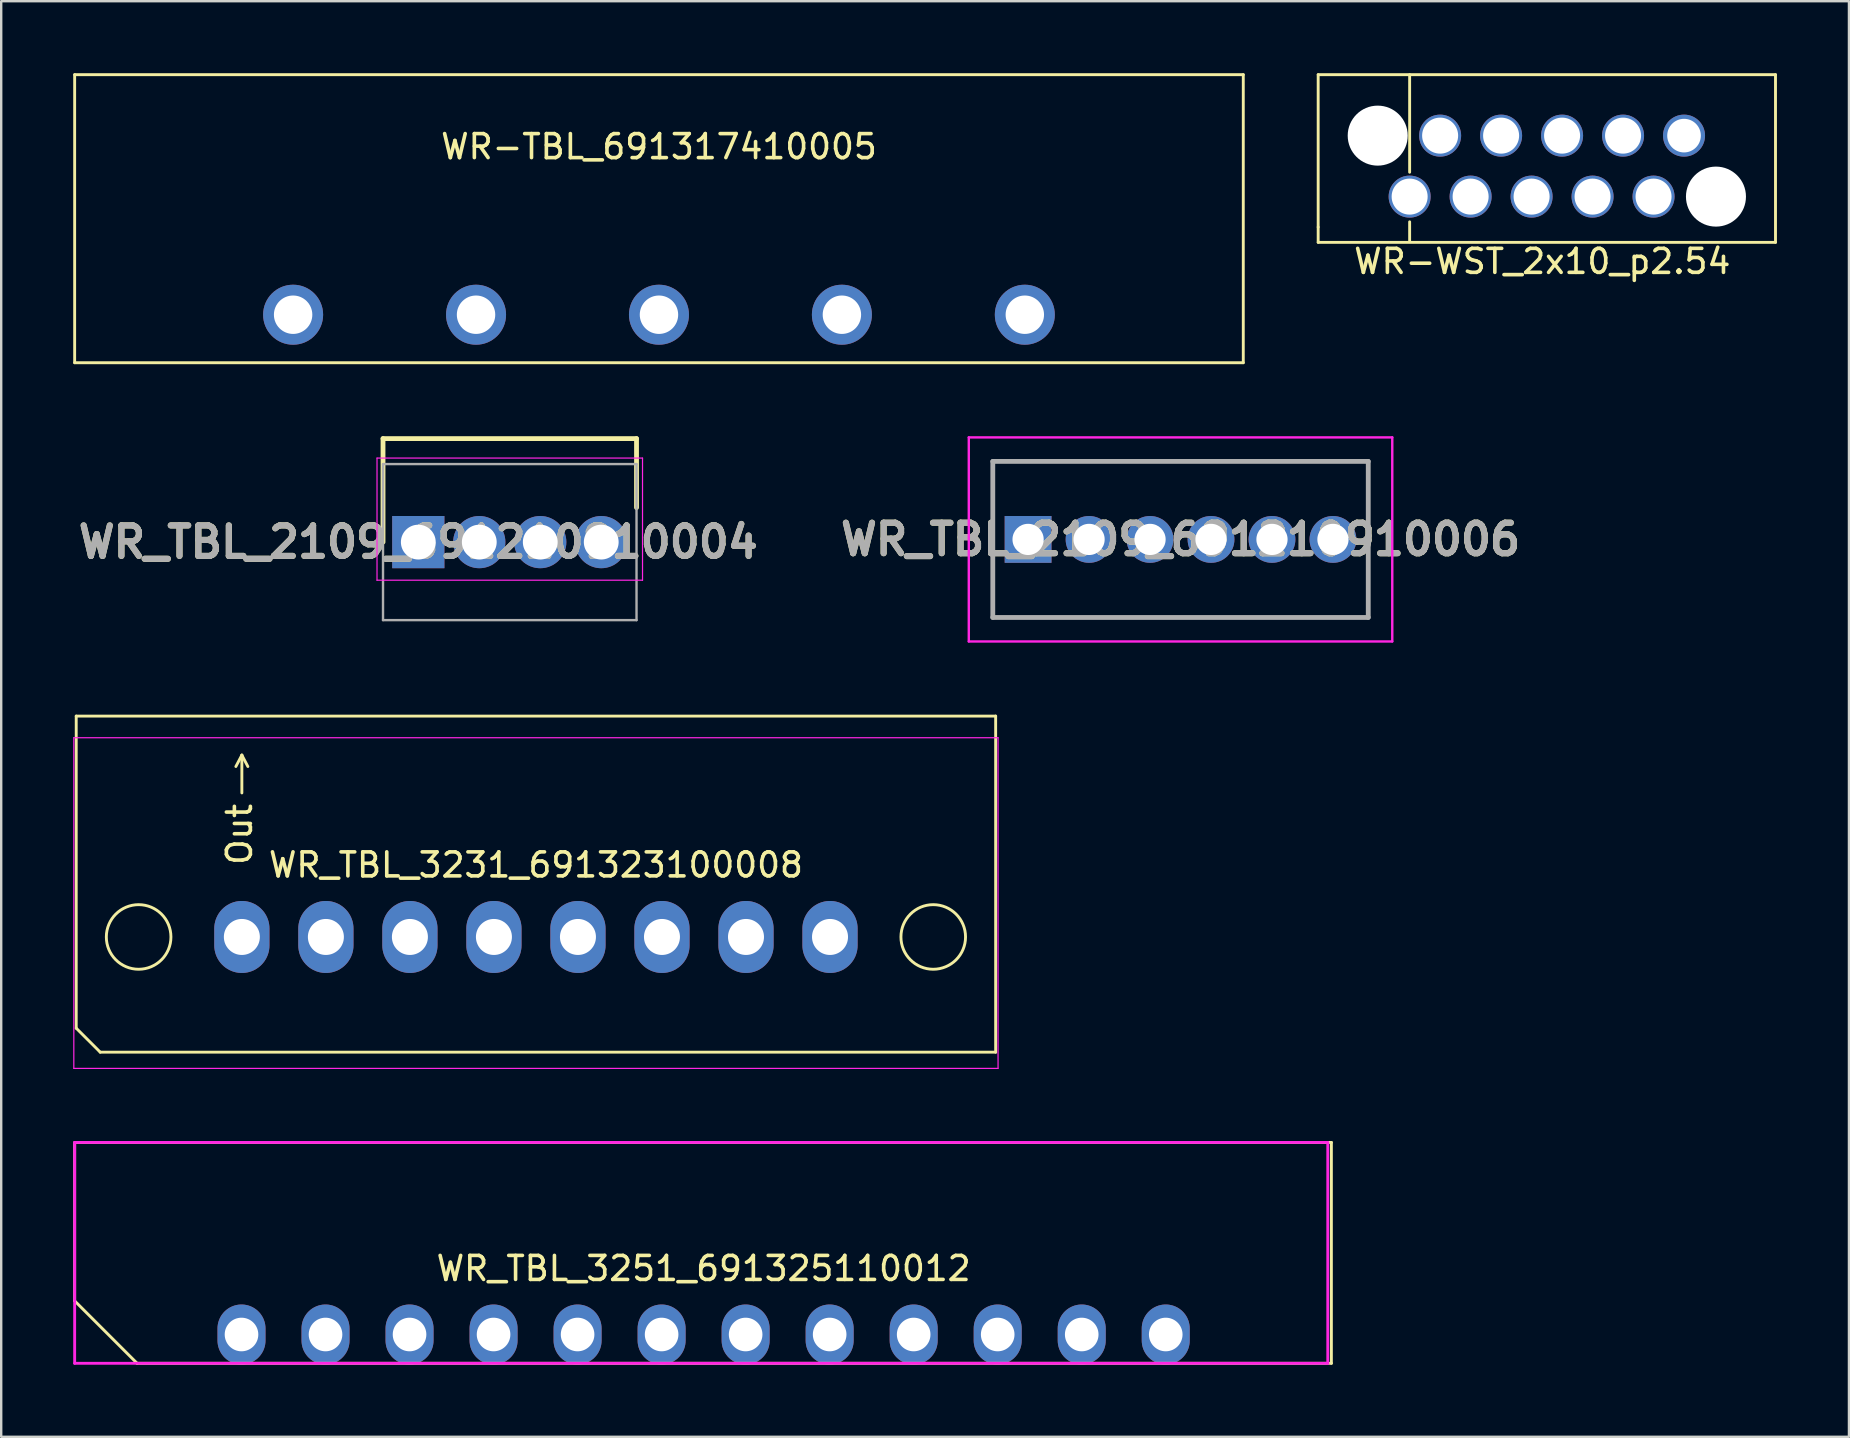
<source format=kicad_pcb>
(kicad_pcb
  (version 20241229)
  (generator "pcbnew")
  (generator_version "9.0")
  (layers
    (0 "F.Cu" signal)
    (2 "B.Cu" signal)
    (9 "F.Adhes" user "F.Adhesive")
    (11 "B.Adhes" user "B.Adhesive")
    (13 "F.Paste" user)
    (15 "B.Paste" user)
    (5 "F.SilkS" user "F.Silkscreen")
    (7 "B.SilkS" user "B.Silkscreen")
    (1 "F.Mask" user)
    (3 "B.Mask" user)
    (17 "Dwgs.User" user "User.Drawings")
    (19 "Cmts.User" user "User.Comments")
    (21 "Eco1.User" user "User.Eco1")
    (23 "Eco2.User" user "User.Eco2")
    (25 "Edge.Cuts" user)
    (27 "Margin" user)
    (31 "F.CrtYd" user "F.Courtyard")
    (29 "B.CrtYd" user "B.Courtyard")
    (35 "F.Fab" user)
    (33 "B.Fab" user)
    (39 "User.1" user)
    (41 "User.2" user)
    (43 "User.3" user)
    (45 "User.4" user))
  (footprint "WR-WST_2x10_p2.54"
    (layer "F.Cu")
    (at 55.67 5.14)
    (property "Reference" "WR-WST_2x10_p2.54" (at 5.525 2.7 0) (layer "F.SilkS") (effects (font (size 1 1) (thickness 0.15))))
    (attr through_hole)
    (fp_line (start -3.81 -5.08) (end -3.81 1.27) (stroke (width 0.12) (type solid)) (layer "F.SilkS"))
    (fp_line (start -3.81 1.27) (end -3.81 1.905) (stroke (width 0.12) (type solid)) (layer "F.SilkS"))
    (fp_line (start -3.81 1.905) (end 15.24 1.905) (stroke (width 0.12) (type solid)) (layer "F.SilkS"))
    (fp_line (start 0 -1.016) (end 0 -5.08) (stroke (width 0.12) (type solid)) (layer "F.SilkS"))
    (fp_line (start 0 1.875) (end 0 1.05) (stroke (width 0.12) (type solid)) (layer "F.SilkS"))
    (fp_line (start 15.24 -5.08) (end -3.81 -5.08) (stroke (width 0.12) (type solid)) (layer "F.SilkS"))
    (fp_line (start 15.24 1.905) (end 15.24 -5.08) (stroke (width 0.12) (type solid)) (layer "F.SilkS"))
    (pad "" np_thru_hole circle (at -1.33 -2.54) (size 2.5 2.5) (drill 2.5) (layers "*.Cu" "*.Mask"))
    (pad "" np_thru_hole circle (at 12.76 0) (size 2.5 2.5) (drill 2.5) (layers "*.Cu" "*.Mask"))
    (pad "1" thru_hole circle (at 0 0) (size 1.75 1.75) (drill 1.5) (layers "*.Cu" "*.Mask"))
    (pad "2" thru_hole circle (at 1.27 -2.54) (size 1.75 1.75) (drill 1.5) (layers "*.Cu" "*.Mask"))
    (pad "3" thru_hole circle (at 2.54 0) (size 1.75 1.75) (drill 1.5) (layers "*.Cu" "*.Mask"))
    (pad "4" thru_hole circle (at 3.81 -2.54) (size 1.75 1.75) (drill 1.5) (layers "*.Cu" "*.Mask"))
    (pad "5" thru_hole circle (at 5.08 0) (size 1.75 1.75) (drill 1.5) (layers "*.Cu" "*.Mask"))
    (pad "6" thru_hole circle (at 6.35 -2.54) (size 1.75 1.75) (drill 1.5) (layers "*.Cu" "*.Mask"))
    (pad "7" thru_hole circle (at 7.62 0) (size 1.75 1.75) (drill 1.5) (layers "*.Cu" "*.Mask"))
    (pad "8" thru_hole circle (at 8.89 -2.54) (size 1.75 1.75) (drill 1.5) (layers "*.Cu" "*.Mask"))
    (pad "9" thru_hole circle (at 10.16 0) (size 1.75 1.75) (drill 1.5) (layers "*.Cu" "*.Mask"))
    (pad "10" thru_hole circle (at 11.43 -2.54) (size 1.75 1.75) (drill 1.4) (layers "*.Cu" "*.Mask")))
  (footprint "WR-TBL_691317410005"
    (layer "F.Cu")
    (at 24.4 10.06)
    (property "Reference" "WR-TBL_691317410005" (at 0 -7 0) (layer "F.SilkS") (effects (font (size 1 1) (thickness 0.15))))
    (attr through_hole)
    (fp_line (start -24.34 -10) (end 24.34 -10) (stroke (width 0.12) (type solid)) (layer "F.SilkS"))
    (fp_line (start -24.34 2) (end -24.34 -10) (stroke (width 0.12) (type solid)) (layer "F.SilkS"))
    (fp_line (start -24.34 2) (end 24.34 2) (stroke (width 0.12) (type solid)) (layer "F.SilkS"))
    (fp_line (start 24.34 -10) (end 24.34 2) (stroke (width 0.12) (type solid)) (layer "F.SilkS"))
    (pad "1" thru_hole circle (at -15.24 0) (size 2.5 2.5) (drill 1.6) (layers "*.Cu" "*.Mask"))
    (pad "2" thru_hole circle (at -7.62 0) (size 2.5 2.5) (drill 1.6) (layers "*.Cu" "*.Mask"))
    (pad "3" thru_hole circle (at 0 0) (size 2.5 2.5) (drill 1.6) (layers "*.Cu" "*.Mask"))
    (pad "4" thru_hole circle (at 7.62 0) (size 2.5 2.5) (drill 1.6) (layers "*.Cu" "*.Mask"))
    (pad "5" thru_hole circle (at 15.24 0) (size 2.5 2.5) (drill 1.6) (layers "*.Cu" "*.Mask")))
  (footprint "WR_TBL_3251_691325110012"
    (layer "F.Cu")
    (at 26.26 52.54)
    (property "Reference" "WR_TBL_3251_691325110012" (at 0 -2.75 0) (layer "F.SilkS") (effects (font (size 1 1) (thickness 0.15))))
    (attr through_hole)
    (fp_line (start -26.2 -1.4) (end -26.2 -8) (stroke (width 0.12) (type solid)) (layer "F.SilkS"))
    (fp_line (start -26.15 -8) (end 26.15 -8) (stroke (width 0.12) (type solid)) (layer "F.SilkS"))
    (fp_line (start -23.6 1.2) (end -26.2 -1.4) (stroke (width 0.12) (type solid)) (layer "F.SilkS"))
    (fp_line (start 26.15 -8) (end 26.15 1.2) (stroke (width 0.12) (type solid)) (layer "F.SilkS"))
    (fp_line (start 26.15 1.2) (end -23.6 1.2) (stroke (width 0.12) (type solid)) (layer "F.SilkS"))
    (fp_line (start -26.2 -8) (end 26 -8) (stroke (width 0.12) (type solid)) (layer "F.CrtYd"))
    (fp_line (start -26.2 1.2) (end -26.2 -8) (stroke (width 0.12) (type solid)) (layer "F.CrtYd"))
    (fp_line (start 26 -8) (end 26 1.2) (stroke (width 0.12) (type solid)) (layer "F.CrtYd"))
    (fp_line (start 26 1.2) (end -26.2 1.2) (stroke (width 0.12) (type solid)) (layer "F.CrtYd"))
    (pad "1" thru_hole oval (at -19.25 0) (size 2 2.5) (drill 1.4) (layers "*.Cu" "*.Mask"))
    (pad "2" thru_hole oval (at -15.75 0) (size 2 2.5) (drill 1.4) (layers "*.Cu" "*.Mask"))
    (pad "3" thru_hole oval (at -12.25 0) (size 2 2.5) (drill 1.4) (layers "*.Cu" "*.Mask"))
    (pad "4" thru_hole oval (at -8.75 0) (size 2 2.5) (drill 1.4) (layers "*.Cu" "*.Mask"))
    (pad "5" thru_hole oval (at -5.25 0) (size 2 2.5) (drill 1.4) (layers "*.Cu" "*.Mask"))
    (pad "6" thru_hole oval (at -1.75 0) (size 2 2.5) (drill 1.4) (layers "*.Cu" "*.Mask"))
    (pad "7" thru_hole oval (at 1.75 0) (size 2 2.5) (drill 1.4) (layers "*.Cu" "*.Mask"))
    (pad "8" thru_hole oval (at 5.25 0) (size 2 2.5) (drill 1.4) (layers "*.Cu" "*.Mask"))
    (pad "9" thru_hole oval (at 8.75 0) (size 2 2.5) (drill 1.4) (layers "*.Cu" "*.Mask"))
    (pad "10" thru_hole oval (at 12.25 0) (size 2 2.5) (drill 1.4) (layers "*.Cu" "*.Mask"))
    (pad "11" thru_hole oval (at 15.75 0) (size 2 2.5) (drill 1.4) (layers "*.Cu" "*.Mask"))
    (pad "12" thru_hole oval (at 19.25 0) (size 2 2.5) (drill 1.4) (layers "*.Cu" "*.Mask")))
  (footprint "WR_TBL_3231_691323100008"
    (layer "F.Cu")
    (at 19.275 35.98)
    (property "Reference" "WR_TBL_3231_691323100008" (at 0 -3 0) (layer "F.SilkS") (effects (font (size 1 1) (thickness 0.15))))
    (attr through_hole)
    (fp_line (start -19.15 -9.2) (end 19.15 -9.2) (stroke (width 0.12) (type solid)) (layer "F.SilkS"))
    (fp_line (start -19.15 3.8) (end -19.15 -9.2) (stroke (width 0.12) (type solid)) (layer "F.SilkS"))
    (fp_line (start -18.15 4.8) (end -19.15 3.8) (stroke (width 0.12) (type solid)) (layer "F.SilkS"))
    (fp_line (start -12.25 -7.575) (end -12.5 -7.1) (stroke (width 0.12) (type solid)) (layer "F.SilkS"))
    (fp_line (start -12.25 -7.575) (end -12 -7.1) (stroke (width 0.12) (type solid)) (layer "F.SilkS"))
    (fp_line (start -12.25 -6) (end -12.25 -7.575) (stroke (width 0.12) (type solid)) (layer "F.SilkS"))
    (fp_line (start 19.15 -9.2) (end 19.15 4.8) (stroke (width 0.12) (type solid)) (layer "F.SilkS"))
    (fp_line (start 19.15 4.8) (end -18.15 4.8) (stroke (width 0.12) (type solid)) (layer "F.SilkS"))
    (fp_circle (center -16.55 0) (end -15.55 -0.9) (stroke (width 0.12) (type solid)) (fill no) (layer "F.SilkS"))
    (fp_circle (center 16.55 0) (end 17.55 -0.9) (stroke (width 0.12) (type solid)) (fill no) (layer "F.SilkS"))
    (fp_line (start -19.25 -8.3) (end 19.25 -8.3) (stroke (width 0.05) (type solid)) (layer "F.CrtYd"))
    (fp_line (start -19.25 5.475) (end -19.25 -8.3) (stroke (width 0.05) (type solid)) (layer "F.CrtYd"))
    (fp_line (start 19.25 -8.3) (end 19.25 5.475) (stroke (width 0.05) (type solid)) (layer "F.CrtYd"))
    (fp_line (start 19.25 5.475) (end -19.25 5.475) (stroke (width 0.05) (type solid)) (layer "F.CrtYd"))
    (fp_text user "Out" (at -12.35 -4.275 270) (layer "F.SilkS") (effects (font (size 1 1) (thickness 0.15))))
    (pad "1" thru_hole oval (at -12.25 0) (size 2.3 3) (drill 1.5) (layers "*.Cu" "*.Mask"))
    (pad "2" thru_hole oval (at -8.75 0) (size 2.3 3) (drill 1.5) (layers "*.Cu" "*.Mask"))
    (pad "3" thru_hole oval (at -5.25 0) (size 2.3 3) (drill 1.5) (layers "*.Cu" "*.Mask"))
    (pad "4" thru_hole oval (at -1.75 0) (size 2.3 3) (drill 1.5) (layers "*.Cu" "*.Mask"))
    (pad "5" thru_hole oval (at 1.75 0) (size 2.3 3) (drill 1.5) (layers "*.Cu" "*.Mask"))
    (pad "6" thru_hole oval (at 5.25 0) (size 2.3 3) (drill 1.5) (layers "*.Cu" "*.Mask"))
    (pad "7" thru_hole oval (at 8.75 0) (size 2.3 3) (drill 1.5) (layers "*.Cu" "*.Mask"))
    (pad "8" thru_hole oval (at 12.25 0) (size 2.3 3) (drill 1.5) (layers "*.Cu" "*.Mask")))
  (footprint "WR_TBL_2109_691210910004"
    (layer "F.Cu")
    (at 14.375 19.532)
    (property "Reference" "WR_TBL_2109_691210910004" (at 0 0 0) (layer "F.SilkS") (effects (font (size 1.27 1.27) (thickness 0.254))))
    (attr through_hole)
    (fp_line (start -1.47 -4.312) (end 9.09 -4.312) (stroke (width 0.2) (type solid)) (layer "F.SilkS"))
    (fp_line (start -1.47 0) (end -1.47 -4.312) (stroke (width 0.2) (type solid)) (layer "F.SilkS"))
    (fp_line (start 9.09 -4.312) (end 9.09 -1.438) (stroke (width 0.2) (type solid)) (layer "F.SilkS"))
    (fp_line (start -1.72 -3.5) (end -1.72 1.588) (stroke (width 0.05) (type solid)) (layer "F.CrtYd"))
    (fp_line (start -1.72 1.588) (end 9.34 1.588) (stroke (width 0.05) (type solid)) (layer "F.CrtYd"))
    (fp_line (start 9.34 -3.5) (end -1.72 -3.5) (stroke (width 0.05) (type solid)) (layer "F.CrtYd"))
    (fp_line (start 9.34 1.588) (end 9.34 -3.5) (stroke (width 0.05) (type solid)) (layer "F.CrtYd"))
    (fp_line (start -1.47 -3.25) (end 9.09 -3.25) (stroke (width 0.1) (type solid)) (layer "F.Fab"))
    (fp_line (start -1.47 3.25) (end -1.47 -3.25) (stroke (width 0.1) (type solid)) (layer "F.Fab"))
    (fp_line (start 9.09 -3.25) (end 9.09 3.25) (stroke (width 0.1) (type solid)) (layer "F.Fab"))
    (fp_line (start 9.09 3.25) (end -1.47 3.25) (stroke (width 0.1) (type solid)) (layer "F.Fab"))
    (fp_text user "${REFERENCE}" (at 0 0 0) (layer "F.Fab") (effects (font (size 1.27 1.27) (thickness 0.254))))
    (pad "1" thru_hole rect (at 0 0) (size 2.175 2.175) (drill 1.45) (layers "*.Cu" "*.Mask"))
    (pad "2" thru_hole circle (at 2.54 0) (size 2.175 2.175) (drill 1.45) (layers "*.Cu" "*.Mask"))
    (pad "3" thru_hole circle (at 5.08 0) (size 2.175 2.175) (drill 1.45) (layers "*.Cu" "*.Mask"))
    (pad "4" thru_hole circle (at 7.62 0) (size 2.175 2.175) (drill 1.45) (layers "*.Cu" "*.Mask")))
  (footprint "WR_TBL_2109_691210910006"
    (layer "F.Cu")
    (at 39.776 19.42)
    (property "Reference" "WR_TBL_2109_691210910006" (at 6.35 0 0) (layer "F.SilkS") (effects (font (size 1.27 1.27) (thickness 0.254))))
    (attr through_hole)
    (fp_line (start -1.47 -3.25) (end 14.17 -3.25) (stroke (width 0.1) (type solid)) (layer "F.SilkS"))
    (fp_line (start -1.47 3.25) (end -1.47 -3.25) (stroke (width 0.1) (type solid)) (layer "F.SilkS"))
    (fp_line (start 14.17 -3.25) (end 14.17 3.25) (stroke (width 0.1) (type solid)) (layer "F.SilkS"))
    (fp_line (start 14.17 3.25) (end -1.47 3.25) (stroke (width 0.1) (type solid)) (layer "F.SilkS"))
    (fp_line (start -2.47 -4.25) (end 15.17 -4.25) (stroke (width 0.1) (type solid)) (layer "F.CrtYd"))
    (fp_line (start -2.47 4.25) (end -2.47 -4.25) (stroke (width 0.1) (type solid)) (layer "F.CrtYd"))
    (fp_line (start 15.17 -4.25) (end 15.17 4.25) (stroke (width 0.1) (type solid)) (layer "F.CrtYd"))
    (fp_line (start 15.17 4.25) (end -2.47 4.25) (stroke (width 0.1) (type solid)) (layer "F.CrtYd"))
    (fp_line (start -1.47 -3.25) (end 14.17 -3.25) (stroke (width 0.2) (type solid)) (layer "F.Fab"))
    (fp_line (start -1.47 3.25) (end -1.47 -3.25) (stroke (width 0.2) (type solid)) (layer "F.Fab"))
    (fp_line (start 14.17 -3.25) (end 14.17 3.25) (stroke (width 0.2) (type solid)) (layer "F.Fab"))
    (fp_line (start 14.17 3.25) (end -1.47 3.25) (stroke (width 0.2) (type solid)) (layer "F.Fab"))
    (fp_text user "${REFERENCE}" (at 6.35 0 0) (layer "F.Fab") (effects (font (size 1.27 1.27) (thickness 0.254))))
    (pad "1" thru_hole rect (at 0 0) (size 1.95 1.95) (drill 1.3) (layers "*.Cu" "*.Mask"))
    (pad "2" thru_hole circle (at 2.54 0) (size 1.95 1.95) (drill 1.3) (layers "*.Cu" "*.Mask"))
    (pad "3" thru_hole circle (at 5.08 0) (size 1.95 1.95) (drill 1.3) (layers "*.Cu" "*.Mask"))
    (pad "4" thru_hole circle (at 7.62 0) (size 1.95 1.95) (drill 1.3) (layers "*.Cu" "*.Mask"))
    (pad "5" thru_hole circle (at 10.16 0) (size 1.95 1.95) (drill 1.3) (layers "*.Cu" "*.Mask"))
    (pad "6" thru_hole circle (at 12.7 0) (size 1.95 1.95) (drill 1.3) (layers "*.Cu" "*.Mask")))
  (gr_rect
    (start -3 -3)
    (end 73.97 56.8)
    (stroke (width 0.1) (type default))
    (fill no)
    (layer "Edge.Cuts")))
</source>
